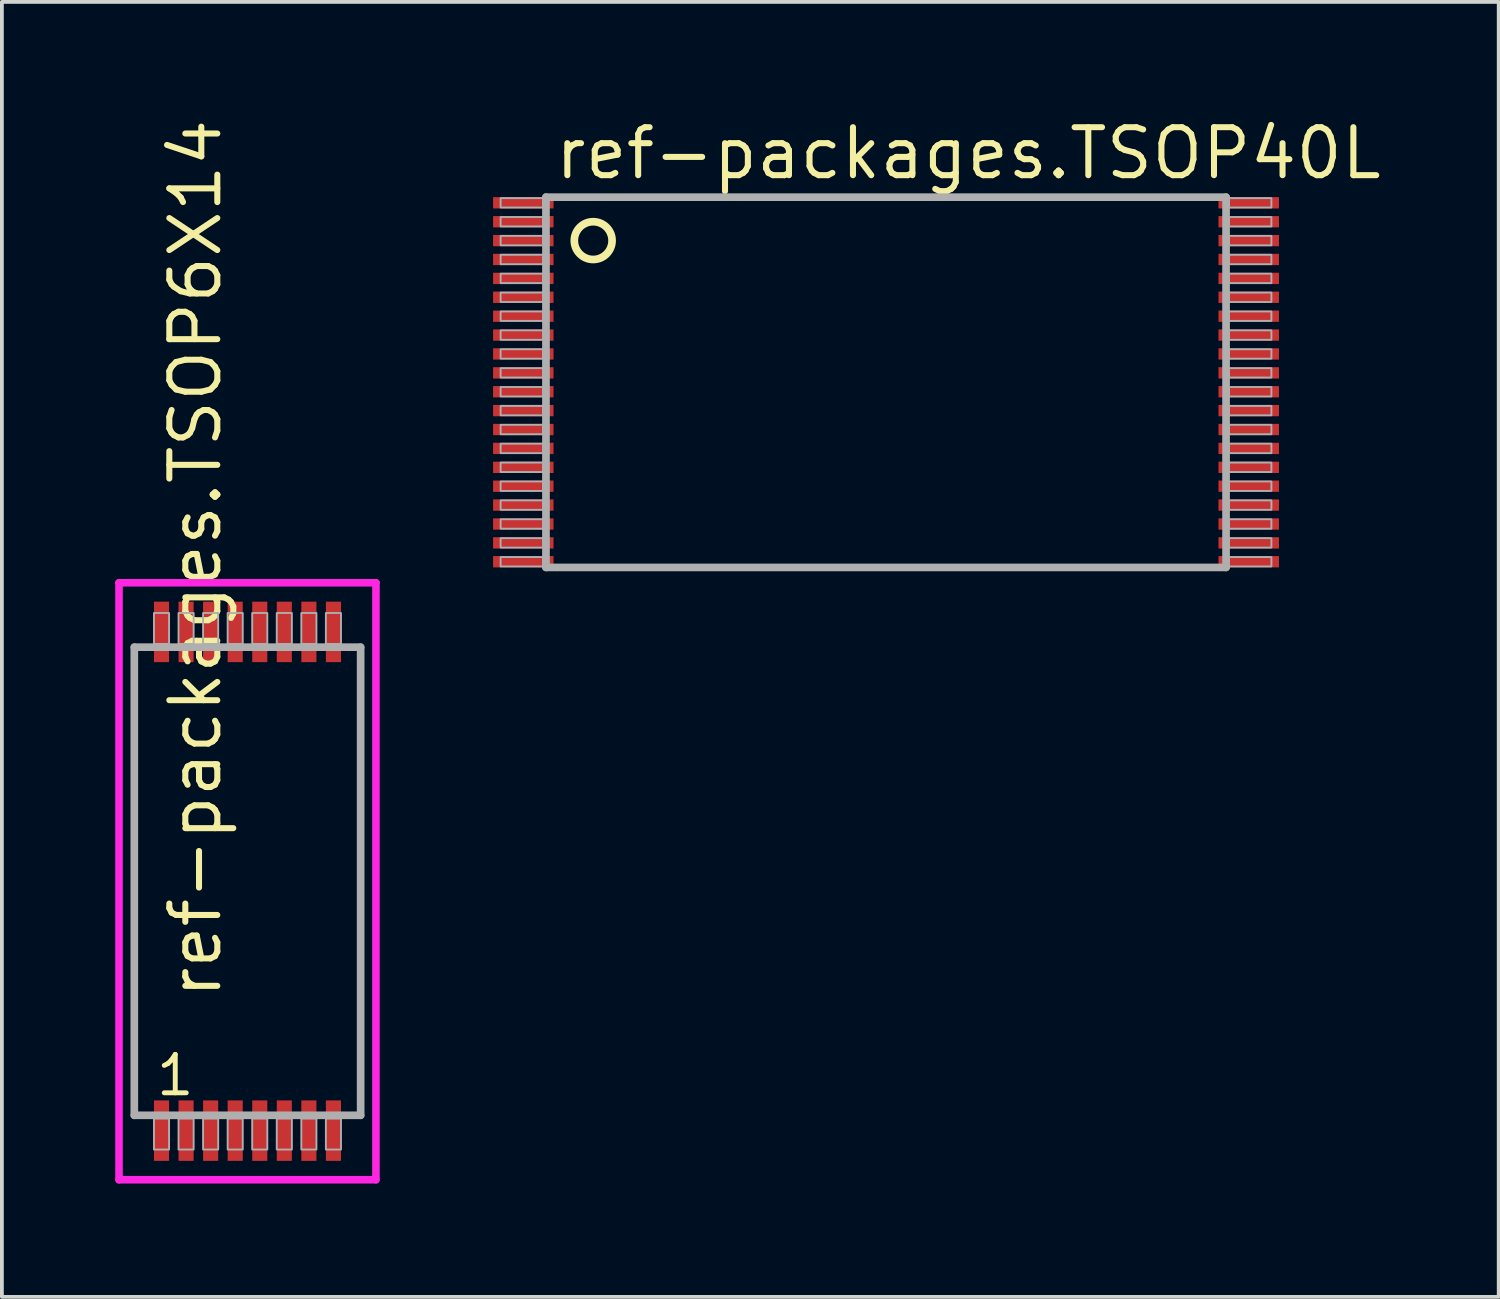
<source format=kicad_pcb>
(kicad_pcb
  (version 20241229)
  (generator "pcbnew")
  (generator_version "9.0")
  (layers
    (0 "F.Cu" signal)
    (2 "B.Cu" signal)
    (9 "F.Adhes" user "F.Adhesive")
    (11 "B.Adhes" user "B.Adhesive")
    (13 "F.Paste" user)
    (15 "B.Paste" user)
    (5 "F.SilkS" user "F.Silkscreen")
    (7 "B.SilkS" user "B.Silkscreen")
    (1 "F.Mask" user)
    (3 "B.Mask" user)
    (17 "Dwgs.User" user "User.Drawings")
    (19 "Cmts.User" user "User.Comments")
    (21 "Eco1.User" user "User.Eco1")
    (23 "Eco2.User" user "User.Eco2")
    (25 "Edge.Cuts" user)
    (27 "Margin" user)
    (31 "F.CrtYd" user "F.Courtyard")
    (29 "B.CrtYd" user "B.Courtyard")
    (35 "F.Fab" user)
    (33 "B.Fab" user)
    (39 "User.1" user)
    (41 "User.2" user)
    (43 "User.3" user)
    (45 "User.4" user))
  (footprint "ref-packages.TSOP6X14"
    (layer "F.Cu")
    (at 3.5 20.274)
    (property "Reference" "ref-packages.TSOP6X14" (at -0.635 3.175 90) (layer "F.SilkS") (effects (font (size 1.27 1.27) (thickness 0.16)) (justify left bottom)))
    (attr smd)
    (fp_line (start -3.4 -7.9) (end 3.4 -7.9) (stroke (width 0.2) (type default)) (layer "F.CrtYd"))
    (fp_line (start -3.4 7.9) (end -3.4 -7.9) (stroke (width 0.2) (type default)) (layer "F.CrtYd"))
    (fp_line (start 3.4 -7.9) (end 3.4 7.9) (stroke (width 0.2) (type default)) (layer "F.CrtYd"))
    (fp_line (start 3.4 7.9) (end -3.4 7.9) (stroke (width 0.2) (type default)) (layer "F.CrtYd"))
    (fp_line (start -2.995 -6.195) (end 2.995 -6.195) (stroke (width 0.203) (type default)) (layer "F.Fab"))
    (fp_line (start -2.995 6.195) (end -2.995 -6.195) (stroke (width 0.203) (type default)) (layer "F.Fab"))
    (fp_line (start 2.995 -6.195) (end 2.995 6.195) (stroke (width 0.203) (type default)) (layer "F.Fab"))
    (fp_line (start 2.995 6.195) (end -2.995 6.195) (stroke (width 0.203) (type default)) (layer "F.Fab"))
    (fp_rect (start -2.475 -6.28) (end -2.075 -7.1) (stroke (width 0.05) (type default)) (fill no) (layer "F.Fab"))
    (fp_rect (start -2.475 7.1) (end -2.075 6.28) (stroke (width 0.05) (type default)) (fill no) (layer "F.Fab"))
    (fp_rect (start -1.825 -6.28) (end -1.425 -7.1) (stroke (width 0.05) (type default)) (fill no) (layer "F.Fab"))
    (fp_rect (start -1.825 7.1) (end -1.425 6.28) (stroke (width 0.05) (type default)) (fill no) (layer "F.Fab"))
    (fp_rect (start -1.175 -6.28) (end -0.775 -7.1) (stroke (width 0.05) (type default)) (fill no) (layer "F.Fab"))
    (fp_rect (start -1.175 7.1) (end -0.775 6.28) (stroke (width 0.05) (type default)) (fill no) (layer "F.Fab"))
    (fp_rect (start -0.525 -6.28) (end -0.125 -7.1) (stroke (width 0.05) (type default)) (fill no) (layer "F.Fab"))
    (fp_rect (start -0.525 7.1) (end -0.125 6.28) (stroke (width 0.05) (type default)) (fill no) (layer "F.Fab"))
    (fp_rect (start 0.125 -6.28) (end 0.525 -7.1) (stroke (width 0.05) (type default)) (fill no) (layer "F.Fab"))
    (fp_rect (start 0.125 7.1) (end 0.525 6.28) (stroke (width 0.05) (type default)) (fill no) (layer "F.Fab"))
    (fp_rect (start 0.775 -6.28) (end 1.175 -7.1) (stroke (width 0.05) (type default)) (fill no) (layer "F.Fab"))
    (fp_rect (start 0.775 7.1) (end 1.175 6.28) (stroke (width 0.05) (type default)) (fill no) (layer "F.Fab"))
    (fp_rect (start 1.425 -6.28) (end 1.825 -7.1) (stroke (width 0.05) (type default)) (fill no) (layer "F.Fab"))
    (fp_rect (start 1.425 7.1) (end 1.825 6.28) (stroke (width 0.05) (type default)) (fill no) (layer "F.Fab"))
    (fp_rect (start 2.075 -6.28) (end 2.475 -7.1) (stroke (width 0.05) (type default)) (fill no) (layer "F.Fab"))
    (fp_rect (start 2.075 7.1) (end 2.475 6.28) (stroke (width 0.05) (type default)) (fill no) (layer "F.Fab"))
    (fp_text user "1" (at -2.481 5.73 0) (layer "F.SilkS") (effects (font (size 1.016 1.016) (thickness 0.13)) (justify left bottom)))
    (pad "1" smd roundrect (at -2.275 6.6) (size 0.4 1.6) (layers "F.Cu" "F.Mask" "F.Paste") (roundrect_rratio 0.01))
    (pad "2" smd roundrect (at -1.625 6.6) (size 0.4 1.6) (layers "F.Cu" "F.Mask" "F.Paste") (roundrect_rratio 0.01))
    (pad "3" smd roundrect (at -0.975 6.6) (size 0.4 1.6) (layers "F.Cu" "F.Mask" "F.Paste") (roundrect_rratio 0.01))
    (pad "4" smd roundrect (at -0.325 6.6) (size 0.4 1.6) (layers "F.Cu" "F.Mask" "F.Paste") (roundrect_rratio 0.01))
    (pad "5" smd roundrect (at 0.325 6.6) (size 0.4 1.6) (layers "F.Cu" "F.Mask" "F.Paste") (roundrect_rratio 0.01))
    (pad "6" smd roundrect (at 0.975 6.6) (size 0.4 1.6) (layers "F.Cu" "F.Mask" "F.Paste") (roundrect_rratio 0.01))
    (pad "7" smd roundrect (at 1.625 6.6) (size 0.4 1.6) (layers "F.Cu" "F.Mask" "F.Paste") (roundrect_rratio 0.01))
    (pad "8" smd roundrect (at 2.275 6.6) (size 0.4 1.6) (layers "F.Cu" "F.Mask" "F.Paste") (roundrect_rratio 0.01))
    (pad "9" smd roundrect (at 2.275 -6.6) (size 0.4 1.6) (layers "F.Cu" "F.Mask" "F.Paste") (roundrect_rratio 0.01))
    (pad "10" smd roundrect (at 1.625 -6.6) (size 0.4 1.6) (layers "F.Cu" "F.Mask" "F.Paste") (roundrect_rratio 0.01))
    (pad "11" smd roundrect (at 0.975 -6.6) (size 0.4 1.6) (layers "F.Cu" "F.Mask" "F.Paste") (roundrect_rratio 0.01))
    (pad "12" smd roundrect (at 0.325 -6.6) (size 0.4 1.6) (layers "F.Cu" "F.Mask" "F.Paste") (roundrect_rratio 0.01))
    (pad "13" smd roundrect (at -0.325 -6.6) (size 0.4 1.6) (layers "F.Cu" "F.Mask" "F.Paste") (roundrect_rratio 0.01))
    (pad "14" smd roundrect (at -0.975 -6.6) (size 0.4 1.6) (layers "F.Cu" "F.Mask" "F.Paste") (roundrect_rratio 0.01))
    (pad "15" smd roundrect (at -1.625 -6.6) (size 0.4 1.6) (layers "F.Cu" "F.Mask" "F.Paste") (roundrect_rratio 0.01))
    (pad "16" smd roundrect (at -2.275 -6.6) (size 0.4 1.6) (layers "F.Cu" "F.Mask" "F.Paste") (roundrect_rratio 0.01)))
  (footprint "ref-packages.TSOP40L"
    (layer "F.Cu")
    (at 20.4 7.068)
    (property "Reference" "ref-packages.TSOP40L" (at -8.842 -5.318 0) (layer "F.SilkS") (effects (font (size 1.27 1.27) (thickness 0.16)) (justify left bottom)))
    (attr smd)
    (fp_circle (center -7.75 -3.75) (end -7.25 -3.75) (stroke (width 0.203) (type default)) (fill no) (layer "F.SilkS"))
    (fp_line (start -9 -4.9) (end -9 4.9) (stroke (width 0.203) (type default)) (layer "F.Fab"))
    (fp_line (start -9 4.9) (end 9 4.9) (stroke (width 0.203) (type default)) (layer "F.Fab"))
    (fp_line (start 9 -4.9) (end -9 -4.9) (stroke (width 0.203) (type default)) (layer "F.Fab"))
    (fp_line (start 9 4.9) (end 9 -4.9) (stroke (width 0.203) (type default)) (layer "F.Fab"))
    (fp_rect (start -10.2 -4.625) (end -9.075 -4.875) (stroke (width 0.05) (type default)) (fill no) (layer "F.Fab"))
    (fp_rect (start -10.2 -4.125) (end -9.075 -4.375) (stroke (width 0.05) (type default)) (fill no) (layer "F.Fab"))
    (fp_rect (start -10.2 -3.625) (end -9.075 -3.875) (stroke (width 0.05) (type default)) (fill no) (layer "F.Fab"))
    (fp_rect (start -10.2 -3.125) (end -9.075 -3.375) (stroke (width 0.05) (type default)) (fill no) (layer "F.Fab"))
    (fp_rect (start -10.2 -2.625) (end -9.075 -2.875) (stroke (width 0.05) (type default)) (fill no) (layer "F.Fab"))
    (fp_rect (start -10.2 -2.125) (end -9.075 -2.375) (stroke (width 0.05) (type default)) (fill no) (layer "F.Fab"))
    (fp_rect (start -10.2 -1.625) (end -9.075 -1.875) (stroke (width 0.05) (type default)) (fill no) (layer "F.Fab"))
    (fp_rect (start -10.2 -1.125) (end -9.075 -1.375) (stroke (width 0.05) (type default)) (fill no) (layer "F.Fab"))
    (fp_rect (start -10.2 -0.625) (end -9.075 -0.875) (stroke (width 0.05) (type default)) (fill no) (layer "F.Fab"))
    (fp_rect (start -10.2 -0.125) (end -9.075 -0.375) (stroke (width 0.05) (type default)) (fill no) (layer "F.Fab"))
    (fp_rect (start -10.2 0.375) (end -9.075 0.125) (stroke (width 0.05) (type default)) (fill no) (layer "F.Fab"))
    (fp_rect (start -10.2 0.875) (end -9.075 0.625) (stroke (width 0.05) (type default)) (fill no) (layer "F.Fab"))
    (fp_rect (start -10.2 1.375) (end -9.075 1.125) (stroke (width 0.05) (type default)) (fill no) (layer "F.Fab"))
    (fp_rect (start -10.2 1.875) (end -9.075 1.625) (stroke (width 0.05) (type default)) (fill no) (layer "F.Fab"))
    (fp_rect (start -10.2 2.375) (end -9.075 2.125) (stroke (width 0.05) (type default)) (fill no) (layer "F.Fab"))
    (fp_rect (start -10.2 2.875) (end -9.075 2.625) (stroke (width 0.05) (type default)) (fill no) (layer "F.Fab"))
    (fp_rect (start -10.2 3.375) (end -9.075 3.125) (stroke (width 0.05) (type default)) (fill no) (layer "F.Fab"))
    (fp_rect (start -10.2 3.875) (end -9.075 3.625) (stroke (width 0.05) (type default)) (fill no) (layer "F.Fab"))
    (fp_rect (start -10.2 4.375) (end -9.075 4.125) (stroke (width 0.05) (type default)) (fill no) (layer "F.Fab"))
    (fp_rect (start -10.2 4.875) (end -9.075 4.625) (stroke (width 0.05) (type default)) (fill no) (layer "F.Fab"))
    (fp_rect (start 9.075 -4.625) (end 10.2 -4.875) (stroke (width 0.05) (type default)) (fill no) (layer "F.Fab"))
    (fp_rect (start 9.075 -4.125) (end 10.2 -4.375) (stroke (width 0.05) (type default)) (fill no) (layer "F.Fab"))
    (fp_rect (start 9.075 -3.625) (end 10.2 -3.875) (stroke (width 0.05) (type default)) (fill no) (layer "F.Fab"))
    (fp_rect (start 9.075 -3.125) (end 10.2 -3.375) (stroke (width 0.05) (type default)) (fill no) (layer "F.Fab"))
    (fp_rect (start 9.075 -2.625) (end 10.2 -2.875) (stroke (width 0.05) (type default)) (fill no) (layer "F.Fab"))
    (fp_rect (start 9.075 -2.125) (end 10.2 -2.375) (stroke (width 0.05) (type default)) (fill no) (layer "F.Fab"))
    (fp_rect (start 9.075 -1.625) (end 10.2 -1.875) (stroke (width 0.05) (type default)) (fill no) (layer "F.Fab"))
    (fp_rect (start 9.075 -1.125) (end 10.2 -1.375) (stroke (width 0.05) (type default)) (fill no) (layer "F.Fab"))
    (fp_rect (start 9.075 -0.625) (end 10.2 -0.875) (stroke (width 0.05) (type default)) (fill no) (layer "F.Fab"))
    (fp_rect (start 9.075 -0.125) (end 10.2 -0.375) (stroke (width 0.05) (type default)) (fill no) (layer "F.Fab"))
    (fp_rect (start 9.075 0.375) (end 10.2 0.125) (stroke (width 0.05) (type default)) (fill no) (layer "F.Fab"))
    (fp_rect (start 9.075 0.875) (end 10.2 0.625) (stroke (width 0.05) (type default)) (fill no) (layer "F.Fab"))
    (fp_rect (start 9.075 1.375) (end 10.2 1.125) (stroke (width 0.05) (type default)) (fill no) (layer "F.Fab"))
    (fp_rect (start 9.075 1.875) (end 10.2 1.625) (stroke (width 0.05) (type default)) (fill no) (layer "F.Fab"))
    (fp_rect (start 9.075 2.375) (end 10.2 2.125) (stroke (width 0.05) (type default)) (fill no) (layer "F.Fab"))
    (fp_rect (start 9.075 2.875) (end 10.2 2.625) (stroke (width 0.05) (type default)) (fill no) (layer "F.Fab"))
    (fp_rect (start 9.075 3.375) (end 10.2 3.125) (stroke (width 0.05) (type default)) (fill no) (layer "F.Fab"))
    (fp_rect (start 9.075 3.875) (end 10.2 3.625) (stroke (width 0.05) (type default)) (fill no) (layer "F.Fab"))
    (fp_rect (start 9.075 4.375) (end 10.2 4.125) (stroke (width 0.05) (type default)) (fill no) (layer "F.Fab"))
    (fp_rect (start 9.075 4.875) (end 10.2 4.625) (stroke (width 0.05) (type default)) (fill no) (layer "F.Fab"))
    (pad "1" smd roundrect (at -9.6 -4.75) (size 1.6 0.3) (layers "F.Cu" "F.Mask" "F.Paste") (roundrect_rratio 0.01))
    (pad "2" smd roundrect (at -9.6 -4.25) (size 1.6 0.3) (layers "F.Cu" "F.Mask" "F.Paste") (roundrect_rratio 0.01))
    (pad "3" smd roundrect (at -9.6 -3.75) (size 1.6 0.3) (layers "F.Cu" "F.Mask" "F.Paste") (roundrect_rratio 0.01))
    (pad "4" smd roundrect (at -9.6 -3.25) (size 1.6 0.3) (layers "F.Cu" "F.Mask" "F.Paste") (roundrect_rratio 0.01))
    (pad "5" smd roundrect (at -9.6 -2.75) (size 1.6 0.3) (layers "F.Cu" "F.Mask" "F.Paste") (roundrect_rratio 0.01))
    (pad "6" smd roundrect (at -9.6 -2.25) (size 1.6 0.3) (layers "F.Cu" "F.Mask" "F.Paste") (roundrect_rratio 0.01))
    (pad "7" smd roundrect (at -9.6 -1.75) (size 1.6 0.3) (layers "F.Cu" "F.Mask" "F.Paste") (roundrect_rratio 0.01))
    (pad "8" smd roundrect (at -9.6 -1.25) (size 1.6 0.3) (layers "F.Cu" "F.Mask" "F.Paste") (roundrect_rratio 0.01))
    (pad "9" smd roundrect (at -9.6 -0.75) (size 1.6 0.3) (layers "F.Cu" "F.Mask" "F.Paste") (roundrect_rratio 0.01))
    (pad "10" smd roundrect (at -9.6 -0.25) (size 1.6 0.3) (layers "F.Cu" "F.Mask" "F.Paste") (roundrect_rratio 0.01))
    (pad "11" smd roundrect (at -9.6 0.25) (size 1.6 0.3) (layers "F.Cu" "F.Mask" "F.Paste") (roundrect_rratio 0.01))
    (pad "12" smd roundrect (at -9.6 0.75) (size 1.6 0.3) (layers "F.Cu" "F.Mask" "F.Paste") (roundrect_rratio 0.01))
    (pad "13" smd roundrect (at -9.6 1.25) (size 1.6 0.3) (layers "F.Cu" "F.Mask" "F.Paste") (roundrect_rratio 0.01))
    (pad "14" smd roundrect (at -9.6 1.75) (size 1.6 0.3) (layers "F.Cu" "F.Mask" "F.Paste") (roundrect_rratio 0.01))
    (pad "15" smd roundrect (at -9.6 2.25) (size 1.6 0.3) (layers "F.Cu" "F.Mask" "F.Paste") (roundrect_rratio 0.01))
    (pad "16" smd roundrect (at -9.6 2.75) (size 1.6 0.3) (layers "F.Cu" "F.Mask" "F.Paste") (roundrect_rratio 0.01))
    (pad "17" smd roundrect (at -9.6 3.25) (size 1.6 0.3) (layers "F.Cu" "F.Mask" "F.Paste") (roundrect_rratio 0.01))
    (pad "18" smd roundrect (at -9.6 3.75) (size 1.6 0.3) (layers "F.Cu" "F.Mask" "F.Paste") (roundrect_rratio 0.01))
    (pad "19" smd roundrect (at -9.6 4.25) (size 1.6 0.3) (layers "F.Cu" "F.Mask" "F.Paste") (roundrect_rratio 0.01))
    (pad "20" smd roundrect (at -9.6 4.75) (size 1.6 0.3) (layers "F.Cu" "F.Mask" "F.Paste") (roundrect_rratio 0.01))
    (pad "21" smd roundrect (at 9.6 4.75) (size 1.6 0.3) (layers "F.Cu" "F.Mask" "F.Paste") (roundrect_rratio 0.01))
    (pad "22" smd roundrect (at 9.6 4.25) (size 1.6 0.3) (layers "F.Cu" "F.Mask" "F.Paste") (roundrect_rratio 0.01))
    (pad "23" smd roundrect (at 9.6 3.75) (size 1.6 0.3) (layers "F.Cu" "F.Mask" "F.Paste") (roundrect_rratio 0.01))
    (pad "24" smd roundrect (at 9.6 3.25) (size 1.6 0.3) (layers "F.Cu" "F.Mask" "F.Paste") (roundrect_rratio 0.01))
    (pad "25" smd roundrect (at 9.6 2.75) (size 1.6 0.3) (layers "F.Cu" "F.Mask" "F.Paste") (roundrect_rratio 0.01))
    (pad "26" smd roundrect (at 9.6 2.25) (size 1.6 0.3) (layers "F.Cu" "F.Mask" "F.Paste") (roundrect_rratio 0.01))
    (pad "27" smd roundrect (at 9.6 1.75) (size 1.6 0.3) (layers "F.Cu" "F.Mask" "F.Paste") (roundrect_rratio 0.01))
    (pad "28" smd roundrect (at 9.6 1.25) (size 1.6 0.3) (layers "F.Cu" "F.Mask" "F.Paste") (roundrect_rratio 0.01))
    (pad "29" smd roundrect (at 9.6 0.75) (size 1.6 0.3) (layers "F.Cu" "F.Mask" "F.Paste") (roundrect_rratio 0.01))
    (pad "30" smd roundrect (at 9.6 0.25) (size 1.6 0.3) (layers "F.Cu" "F.Mask" "F.Paste") (roundrect_rratio 0.01))
    (pad "31" smd roundrect (at 9.6 -0.25) (size 1.6 0.3) (layers "F.Cu" "F.Mask" "F.Paste") (roundrect_rratio 0.01))
    (pad "32" smd roundrect (at 9.6 -0.75) (size 1.6 0.3) (layers "F.Cu" "F.Mask" "F.Paste") (roundrect_rratio 0.01))
    (pad "33" smd roundrect (at 9.6 -1.25) (size 1.6 0.3) (layers "F.Cu" "F.Mask" "F.Paste") (roundrect_rratio 0.01))
    (pad "34" smd roundrect (at 9.6 -1.75) (size 1.6 0.3) (layers "F.Cu" "F.Mask" "F.Paste") (roundrect_rratio 0.01))
    (pad "35" smd roundrect (at 9.6 -2.25) (size 1.6 0.3) (layers "F.Cu" "F.Mask" "F.Paste") (roundrect_rratio 0.01))
    (pad "36" smd roundrect (at 9.6 -2.75) (size 1.6 0.3) (layers "F.Cu" "F.Mask" "F.Paste") (roundrect_rratio 0.01))
    (pad "37" smd roundrect (at 9.6 -3.25) (size 1.6 0.3) (layers "F.Cu" "F.Mask" "F.Paste") (roundrect_rratio 0.01))
    (pad "38" smd roundrect (at 9.6 -3.75) (size 1.6 0.3) (layers "F.Cu" "F.Mask" "F.Paste") (roundrect_rratio 0.01))
    (pad "39" smd roundrect (at 9.6 -4.25) (size 1.6 0.3) (layers "F.Cu" "F.Mask" "F.Paste") (roundrect_rratio 0.01))
    (pad "40" smd roundrect (at 9.6 -4.75) (size 1.6 0.3) (layers "F.Cu" "F.Mask" "F.Paste") (roundrect_rratio 0.01)))
  (gr_rect
    (start -3 -3)
    (end 36.616 31.274)
    (stroke (width 0.1) (type default))
    (fill no)
    (layer "Edge.Cuts")))
</source>
